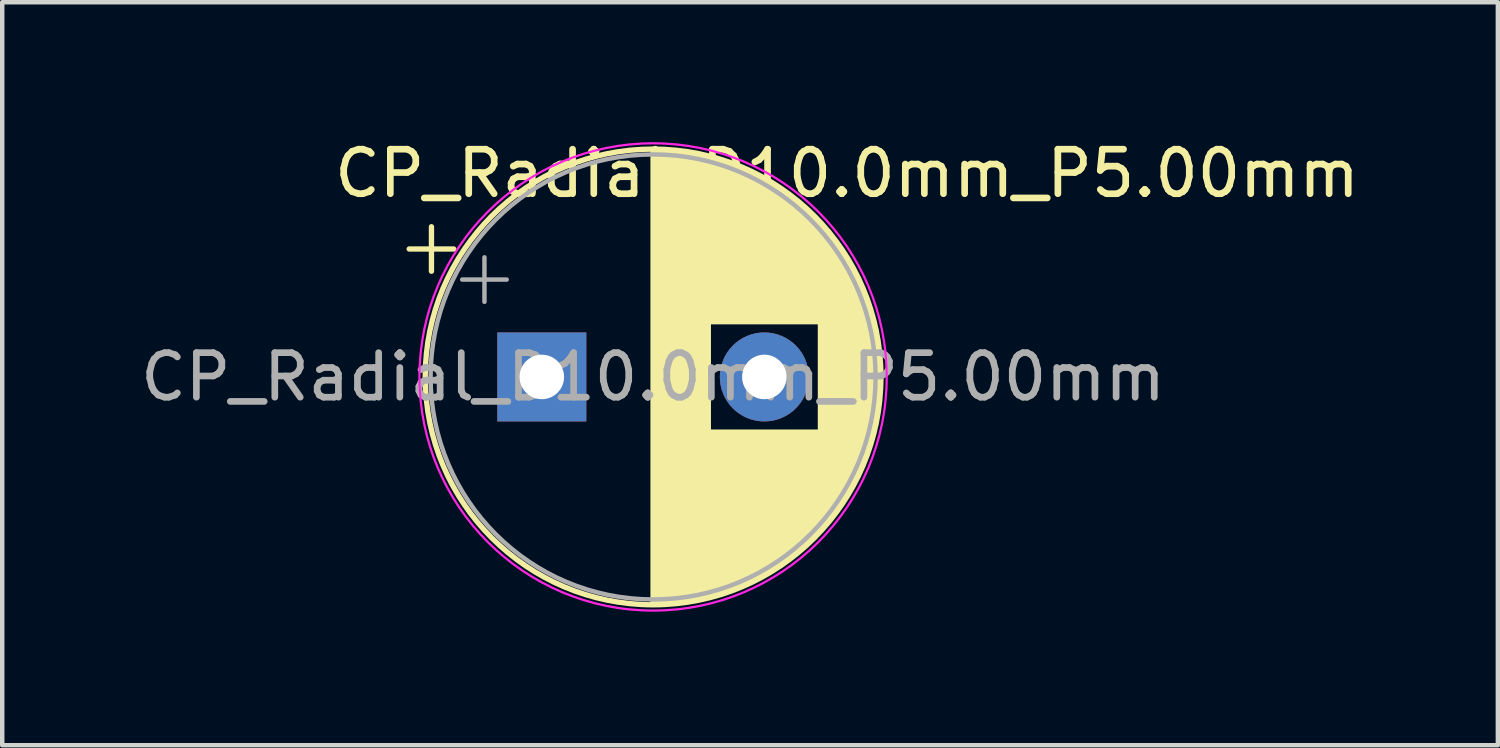
<source format=kicad_pcb>
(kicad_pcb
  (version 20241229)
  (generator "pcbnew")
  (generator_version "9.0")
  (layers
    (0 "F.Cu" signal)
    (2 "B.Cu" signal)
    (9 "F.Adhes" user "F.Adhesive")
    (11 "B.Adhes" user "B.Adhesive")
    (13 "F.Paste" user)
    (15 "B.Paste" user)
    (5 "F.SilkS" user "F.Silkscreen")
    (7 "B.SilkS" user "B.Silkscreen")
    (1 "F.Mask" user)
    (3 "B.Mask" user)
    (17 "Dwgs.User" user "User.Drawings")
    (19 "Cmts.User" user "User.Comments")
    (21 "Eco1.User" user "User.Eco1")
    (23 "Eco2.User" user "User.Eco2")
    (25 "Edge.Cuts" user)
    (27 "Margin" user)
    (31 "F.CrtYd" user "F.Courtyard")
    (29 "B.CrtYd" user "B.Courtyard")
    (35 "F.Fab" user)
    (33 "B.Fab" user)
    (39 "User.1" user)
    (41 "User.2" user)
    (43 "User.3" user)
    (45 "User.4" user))
  (footprint "CP_Radial_D10.0mm_P5.00mm"
    (layer "F.Cu")
    (at 9.125 5.42)
    (property "Reference" "CP_Radial_D10.0mm_P5.00mm" (at 6.858 -4.572 0) (layer "F.SilkS") (effects (font (size 1 1) (thickness 0.15))))
    (attr through_hole)
    (fp_line (start -2.98 -2.875) (end -1.98 -2.875) (stroke (width 0.12) (type solid)) (layer "F.SilkS"))
    (fp_line (start -2.48 -3.375) (end -2.48 -2.375) (stroke (width 0.12) (type solid)) (layer "F.SilkS"))
    (fp_line (start 2.5 -5.08) (end 2.5 5.08) (stroke (width 0.12) (type solid)) (layer "F.SilkS"))
    (fp_line (start 2.54 -5.08) (end 2.54 5.08) (stroke (width 0.12) (type solid)) (layer "F.SilkS"))
    (fp_line (start 2.58 -5.08) (end 2.58 5.08) (stroke (width 0.12) (type solid)) (layer "F.SilkS"))
    (fp_line (start 2.62 -5.079) (end 2.62 5.079) (stroke (width 0.12) (type solid)) (layer "F.SilkS"))
    (fp_line (start 2.66 -5.078) (end 2.66 5.078) (stroke (width 0.12) (type solid)) (layer "F.SilkS"))
    (fp_line (start 2.7 -5.077) (end 2.7 5.077) (stroke (width 0.12) (type solid)) (layer "F.SilkS"))
    (fp_line (start 2.74 -5.075) (end 2.74 5.075) (stroke (width 0.12) (type solid)) (layer "F.SilkS"))
    (fp_line (start 2.78 -5.073) (end 2.78 5.073) (stroke (width 0.12) (type solid)) (layer "F.SilkS"))
    (fp_line (start 2.82 -5.07) (end 2.82 5.07) (stroke (width 0.12) (type solid)) (layer "F.SilkS"))
    (fp_line (start 2.86 -5.068) (end 2.86 5.068) (stroke (width 0.12) (type solid)) (layer "F.SilkS"))
    (fp_line (start 2.9 -5.065) (end 2.9 5.065) (stroke (width 0.12) (type solid)) (layer "F.SilkS"))
    (fp_line (start 2.94 -5.062) (end 2.94 5.062) (stroke (width 0.12) (type solid)) (layer "F.SilkS"))
    (fp_line (start 2.98 -5.058) (end 2.98 5.058) (stroke (width 0.12) (type solid)) (layer "F.SilkS"))
    (fp_line (start 3.02 -5.054) (end 3.02 5.054) (stroke (width 0.12) (type solid)) (layer "F.SilkS"))
    (fp_line (start 3.06 -5.05) (end 3.06 5.05) (stroke (width 0.12) (type solid)) (layer "F.SilkS"))
    (fp_line (start 3.1 -5.045) (end 3.1 5.045) (stroke (width 0.12) (type solid)) (layer "F.SilkS"))
    (fp_line (start 3.14 -5.04) (end 3.14 5.04) (stroke (width 0.12) (type solid)) (layer "F.SilkS"))
    (fp_line (start 3.18 -5.035) (end 3.18 5.035) (stroke (width 0.12) (type solid)) (layer "F.SilkS"))
    (fp_line (start 3.221 -5.03) (end 3.221 5.03) (stroke (width 0.12) (type solid)) (layer "F.SilkS"))
    (fp_line (start 3.261 -5.024) (end 3.261 5.024) (stroke (width 0.12) (type solid)) (layer "F.SilkS"))
    (fp_line (start 3.301 -5.018) (end 3.301 5.018) (stroke (width 0.12) (type solid)) (layer "F.SilkS"))
    (fp_line (start 3.341 -5.011) (end 3.341 5.011) (stroke (width 0.12) (type solid)) (layer "F.SilkS"))
    (fp_line (start 3.381 -5.004) (end 3.381 5.004) (stroke (width 0.12) (type solid)) (layer "F.SilkS"))
    (fp_line (start 3.421 -4.997) (end 3.421 4.997) (stroke (width 0.12) (type solid)) (layer "F.SilkS"))
    (fp_line (start 3.461 -4.99) (end 3.461 4.99) (stroke (width 0.12) (type solid)) (layer "F.SilkS"))
    (fp_line (start 3.501 -4.982) (end 3.501 4.982) (stroke (width 0.12) (type solid)) (layer "F.SilkS"))
    (fp_line (start 3.541 -4.974) (end 3.541 4.974) (stroke (width 0.12) (type solid)) (layer "F.SilkS"))
    (fp_line (start 3.581 -4.965) (end 3.581 4.965) (stroke (width 0.12) (type solid)) (layer "F.SilkS"))
    (fp_line (start 3.621 -4.956) (end 3.621 4.956) (stroke (width 0.12) (type solid)) (layer "F.SilkS"))
    (fp_line (start 3.661 -4.947) (end 3.661 4.947) (stroke (width 0.12) (type solid)) (layer "F.SilkS"))
    (fp_line (start 3.701 -4.938) (end 3.701 4.938) (stroke (width 0.12) (type solid)) (layer "F.SilkS"))
    (fp_line (start 3.741 -4.928) (end 3.741 4.928) (stroke (width 0.12) (type solid)) (layer "F.SilkS"))
    (fp_line (start 3.781 -4.918) (end 3.781 -1.241) (stroke (width 0.12) (type solid)) (layer "F.SilkS"))
    (fp_line (start 3.781 1.241) (end 3.781 4.918) (stroke (width 0.12) (type solid)) (layer "F.SilkS"))
    (fp_line (start 3.821 -4.907) (end 3.821 -1.241) (stroke (width 0.12) (type solid)) (layer "F.SilkS"))
    (fp_line (start 3.821 1.241) (end 3.821 4.907) (stroke (width 0.12) (type solid)) (layer "F.SilkS"))
    (fp_line (start 3.861 -4.897) (end 3.861 -1.241) (stroke (width 0.12) (type solid)) (layer "F.SilkS"))
    (fp_line (start 3.861 1.241) (end 3.861 4.897) (stroke (width 0.12) (type solid)) (layer "F.SilkS"))
    (fp_line (start 3.901 -4.885) (end 3.901 -1.241) (stroke (width 0.12) (type solid)) (layer "F.SilkS"))
    (fp_line (start 3.901 1.241) (end 3.901 4.885) (stroke (width 0.12) (type solid)) (layer "F.SilkS"))
    (fp_line (start 3.941 -4.874) (end 3.941 -1.241) (stroke (width 0.12) (type solid)) (layer "F.SilkS"))
    (fp_line (start 3.941 1.241) (end 3.941 4.874) (stroke (width 0.12) (type solid)) (layer "F.SilkS"))
    (fp_line (start 3.981 -4.862) (end 3.981 -1.241) (stroke (width 0.12) (type solid)) (layer "F.SilkS"))
    (fp_line (start 3.981 1.241) (end 3.981 4.862) (stroke (width 0.12) (type solid)) (layer "F.SilkS"))
    (fp_line (start 4.021 -4.85) (end 4.021 -1.241) (stroke (width 0.12) (type solid)) (layer "F.SilkS"))
    (fp_line (start 4.021 1.241) (end 4.021 4.85) (stroke (width 0.12) (type solid)) (layer "F.SilkS"))
    (fp_line (start 4.061 -4.837) (end 4.061 -1.241) (stroke (width 0.12) (type solid)) (layer "F.SilkS"))
    (fp_line (start 4.061 1.241) (end 4.061 4.837) (stroke (width 0.12) (type solid)) (layer "F.SilkS"))
    (fp_line (start 4.101 -4.824) (end 4.101 -1.241) (stroke (width 0.12) (type solid)) (layer "F.SilkS"))
    (fp_line (start 4.101 1.241) (end 4.101 4.824) (stroke (width 0.12) (type solid)) (layer "F.SilkS"))
    (fp_line (start 4.141 -4.811) (end 4.141 -1.241) (stroke (width 0.12) (type solid)) (layer "F.SilkS"))
    (fp_line (start 4.141 1.241) (end 4.141 4.811) (stroke (width 0.12) (type solid)) (layer "F.SilkS"))
    (fp_line (start 4.181 -4.797) (end 4.181 -1.241) (stroke (width 0.12) (type solid)) (layer "F.SilkS"))
    (fp_line (start 4.181 1.241) (end 4.181 4.797) (stroke (width 0.12) (type solid)) (layer "F.SilkS"))
    (fp_line (start 4.221 -4.783) (end 4.221 -1.241) (stroke (width 0.12) (type solid)) (layer "F.SilkS"))
    (fp_line (start 4.221 1.241) (end 4.221 4.783) (stroke (width 0.12) (type solid)) (layer "F.SilkS"))
    (fp_line (start 4.261 -4.768) (end 4.261 -1.241) (stroke (width 0.12) (type solid)) (layer "F.SilkS"))
    (fp_line (start 4.261 1.241) (end 4.261 4.768) (stroke (width 0.12) (type solid)) (layer "F.SilkS"))
    (fp_line (start 4.301 -4.754) (end 4.301 -1.241) (stroke (width 0.12) (type solid)) (layer "F.SilkS"))
    (fp_line (start 4.301 1.241) (end 4.301 4.754) (stroke (width 0.12) (type solid)) (layer "F.SilkS"))
    (fp_line (start 4.341 -4.738) (end 4.341 -1.241) (stroke (width 0.12) (type solid)) (layer "F.SilkS"))
    (fp_line (start 4.341 1.241) (end 4.341 4.738) (stroke (width 0.12) (type solid)) (layer "F.SilkS"))
    (fp_line (start 4.381 -4.723) (end 4.381 -1.241) (stroke (width 0.12) (type solid)) (layer "F.SilkS"))
    (fp_line (start 4.381 1.241) (end 4.381 4.723) (stroke (width 0.12) (type solid)) (layer "F.SilkS"))
    (fp_line (start 4.421 -4.707) (end 4.421 -1.241) (stroke (width 0.12) (type solid)) (layer "F.SilkS"))
    (fp_line (start 4.421 1.241) (end 4.421 4.707) (stroke (width 0.12) (type solid)) (layer "F.SilkS"))
    (fp_line (start 4.461 -4.69) (end 4.461 -1.241) (stroke (width 0.12) (type solid)) (layer "F.SilkS"))
    (fp_line (start 4.461 1.241) (end 4.461 4.69) (stroke (width 0.12) (type solid)) (layer "F.SilkS"))
    (fp_line (start 4.501 -4.674) (end 4.501 -1.241) (stroke (width 0.12) (type solid)) (layer "F.SilkS"))
    (fp_line (start 4.501 1.241) (end 4.501 4.674) (stroke (width 0.12) (type solid)) (layer "F.SilkS"))
    (fp_line (start 4.541 -4.657) (end 4.541 -1.241) (stroke (width 0.12) (type solid)) (layer "F.SilkS"))
    (fp_line (start 4.541 1.241) (end 4.541 4.657) (stroke (width 0.12) (type solid)) (layer "F.SilkS"))
    (fp_line (start 4.581 -4.639) (end 4.581 -1.241) (stroke (width 0.12) (type solid)) (layer "F.SilkS"))
    (fp_line (start 4.581 1.241) (end 4.581 4.639) (stroke (width 0.12) (type solid)) (layer "F.SilkS"))
    (fp_line (start 4.621 -4.621) (end 4.621 -1.241) (stroke (width 0.12) (type solid)) (layer "F.SilkS"))
    (fp_line (start 4.621 1.241) (end 4.621 4.621) (stroke (width 0.12) (type solid)) (layer "F.SilkS"))
    (fp_line (start 4.661 -4.603) (end 4.661 -1.241) (stroke (width 0.12) (type solid)) (layer "F.SilkS"))
    (fp_line (start 4.661 1.241) (end 4.661 4.603) (stroke (width 0.12) (type solid)) (layer "F.SilkS"))
    (fp_line (start 4.701 -4.584) (end 4.701 -1.241) (stroke (width 0.12) (type solid)) (layer "F.SilkS"))
    (fp_line (start 4.701 1.241) (end 4.701 4.584) (stroke (width 0.12) (type solid)) (layer "F.SilkS"))
    (fp_line (start 4.741 -4.564) (end 4.741 -1.241) (stroke (width 0.12) (type solid)) (layer "F.SilkS"))
    (fp_line (start 4.741 1.241) (end 4.741 4.564) (stroke (width 0.12) (type solid)) (layer "F.SilkS"))
    (fp_line (start 4.781 -4.545) (end 4.781 -1.241) (stroke (width 0.12) (type solid)) (layer "F.SilkS"))
    (fp_line (start 4.781 1.241) (end 4.781 4.545) (stroke (width 0.12) (type solid)) (layer "F.SilkS"))
    (fp_line (start 4.821 -4.525) (end 4.821 -1.241) (stroke (width 0.12) (type solid)) (layer "F.SilkS"))
    (fp_line (start 4.821 1.241) (end 4.821 4.525) (stroke (width 0.12) (type solid)) (layer "F.SilkS"))
    (fp_line (start 4.861 -4.504) (end 4.861 -1.241) (stroke (width 0.12) (type solid)) (layer "F.SilkS"))
    (fp_line (start 4.861 1.241) (end 4.861 4.504) (stroke (width 0.12) (type solid)) (layer "F.SilkS"))
    (fp_line (start 4.901 -4.483) (end 4.901 -1.241) (stroke (width 0.12) (type solid)) (layer "F.SilkS"))
    (fp_line (start 4.901 1.241) (end 4.901 4.483) (stroke (width 0.12) (type solid)) (layer "F.SilkS"))
    (fp_line (start 4.941 -4.462) (end 4.941 -1.241) (stroke (width 0.12) (type solid)) (layer "F.SilkS"))
    (fp_line (start 4.941 1.241) (end 4.941 4.462) (stroke (width 0.12) (type solid)) (layer "F.SilkS"))
    (fp_line (start 4.981 -4.44) (end 4.981 -1.241) (stroke (width 0.12) (type solid)) (layer "F.SilkS"))
    (fp_line (start 4.981 1.241) (end 4.981 4.44) (stroke (width 0.12) (type solid)) (layer "F.SilkS"))
    (fp_line (start 5.021 -4.417) (end 5.021 -1.241) (stroke (width 0.12) (type solid)) (layer "F.SilkS"))
    (fp_line (start 5.021 1.241) (end 5.021 4.417) (stroke (width 0.12) (type solid)) (layer "F.SilkS"))
    (fp_line (start 5.061 -4.395) (end 5.061 -1.241) (stroke (width 0.12) (type solid)) (layer "F.SilkS"))
    (fp_line (start 5.061 1.241) (end 5.061 4.395) (stroke (width 0.12) (type solid)) (layer "F.SilkS"))
    (fp_line (start 5.101 -4.371) (end 5.101 -1.241) (stroke (width 0.12) (type solid)) (layer "F.SilkS"))
    (fp_line (start 5.101 1.241) (end 5.101 4.371) (stroke (width 0.12) (type solid)) (layer "F.SilkS"))
    (fp_line (start 5.141 -4.347) (end 5.141 -1.241) (stroke (width 0.12) (type solid)) (layer "F.SilkS"))
    (fp_line (start 5.141 1.241) (end 5.141 4.347) (stroke (width 0.12) (type solid)) (layer "F.SilkS"))
    (fp_line (start 5.181 -4.323) (end 5.181 -1.241) (stroke (width 0.12) (type solid)) (layer "F.SilkS"))
    (fp_line (start 5.181 1.241) (end 5.181 4.323) (stroke (width 0.12) (type solid)) (layer "F.SilkS"))
    (fp_line (start 5.221 -4.298) (end 5.221 -1.241) (stroke (width 0.12) (type solid)) (layer "F.SilkS"))
    (fp_line (start 5.221 1.241) (end 5.221 4.298) (stroke (width 0.12) (type solid)) (layer "F.SilkS"))
    (fp_line (start 5.261 -4.273) (end 5.261 -1.241) (stroke (width 0.12) (type solid)) (layer "F.SilkS"))
    (fp_line (start 5.261 1.241) (end 5.261 4.273) (stroke (width 0.12) (type solid)) (layer "F.SilkS"))
    (fp_line (start 5.301 -4.247) (end 5.301 -1.241) (stroke (width 0.12) (type solid)) (layer "F.SilkS"))
    (fp_line (start 5.301 1.241) (end 5.301 4.247) (stroke (width 0.12) (type solid)) (layer "F.SilkS"))
    (fp_line (start 5.341 -4.221) (end 5.341 -1.241) (stroke (width 0.12) (type solid)) (layer "F.SilkS"))
    (fp_line (start 5.341 1.241) (end 5.341 4.221) (stroke (width 0.12) (type solid)) (layer "F.SilkS"))
    (fp_line (start 5.381 -4.194) (end 5.381 -1.241) (stroke (width 0.12) (type solid)) (layer "F.SilkS"))
    (fp_line (start 5.381 1.241) (end 5.381 4.194) (stroke (width 0.12) (type solid)) (layer "F.SilkS"))
    (fp_line (start 5.421 -4.166) (end 5.421 -1.241) (stroke (width 0.12) (type solid)) (layer "F.SilkS"))
    (fp_line (start 5.421 1.241) (end 5.421 4.166) (stroke (width 0.12) (type solid)) (layer "F.SilkS"))
    (fp_line (start 5.461 -4.138) (end 5.461 -1.241) (stroke (width 0.12) (type solid)) (layer "F.SilkS"))
    (fp_line (start 5.461 1.241) (end 5.461 4.138) (stroke (width 0.12) (type solid)) (layer "F.SilkS"))
    (fp_line (start 5.501 -4.11) (end 5.501 -1.241) (stroke (width 0.12) (type solid)) (layer "F.SilkS"))
    (fp_line (start 5.501 1.241) (end 5.501 4.11) (stroke (width 0.12) (type solid)) (layer "F.SilkS"))
    (fp_line (start 5.541 -4.08) (end 5.541 -1.241) (stroke (width 0.12) (type solid)) (layer "F.SilkS"))
    (fp_line (start 5.541 1.241) (end 5.541 4.08) (stroke (width 0.12) (type solid)) (layer "F.SilkS"))
    (fp_line (start 5.581 -4.05) (end 5.581 -1.241) (stroke (width 0.12) (type solid)) (layer "F.SilkS"))
    (fp_line (start 5.581 1.241) (end 5.581 4.05) (stroke (width 0.12) (type solid)) (layer "F.SilkS"))
    (fp_line (start 5.621 -4.02) (end 5.621 -1.241) (stroke (width 0.12) (type solid)) (layer "F.SilkS"))
    (fp_line (start 5.621 1.241) (end 5.621 4.02) (stroke (width 0.12) (type solid)) (layer "F.SilkS"))
    (fp_line (start 5.661 -3.989) (end 5.661 -1.241) (stroke (width 0.12) (type solid)) (layer "F.SilkS"))
    (fp_line (start 5.661 1.241) (end 5.661 3.989) (stroke (width 0.12) (type solid)) (layer "F.SilkS"))
    (fp_line (start 5.701 -3.957) (end 5.701 -1.241) (stroke (width 0.12) (type solid)) (layer "F.SilkS"))
    (fp_line (start 5.701 1.241) (end 5.701 3.957) (stroke (width 0.12) (type solid)) (layer "F.SilkS"))
    (fp_line (start 5.741 -3.925) (end 5.741 -1.241) (stroke (width 0.12) (type solid)) (layer "F.SilkS"))
    (fp_line (start 5.741 1.241) (end 5.741 3.925) (stroke (width 0.12) (type solid)) (layer "F.SilkS"))
    (fp_line (start 5.781 -3.892) (end 5.781 -1.241) (stroke (width 0.12) (type solid)) (layer "F.SilkS"))
    (fp_line (start 5.781 1.241) (end 5.781 3.892) (stroke (width 0.12) (type solid)) (layer "F.SilkS"))
    (fp_line (start 5.821 -3.858) (end 5.821 -1.241) (stroke (width 0.12) (type solid)) (layer "F.SilkS"))
    (fp_line (start 5.821 1.241) (end 5.821 3.858) (stroke (width 0.12) (type solid)) (layer "F.SilkS"))
    (fp_line (start 5.861 -3.824) (end 5.861 -1.241) (stroke (width 0.12) (type solid)) (layer "F.SilkS"))
    (fp_line (start 5.861 1.241) (end 5.861 3.824) (stroke (width 0.12) (type solid)) (layer "F.SilkS"))
    (fp_line (start 5.901 -3.789) (end 5.901 -1.241) (stroke (width 0.12) (type solid)) (layer "F.SilkS"))
    (fp_line (start 5.901 1.241) (end 5.901 3.789) (stroke (width 0.12) (type solid)) (layer "F.SilkS"))
    (fp_line (start 5.941 -3.753) (end 5.941 -1.241) (stroke (width 0.12) (type solid)) (layer "F.SilkS"))
    (fp_line (start 5.941 1.241) (end 5.941 3.753) (stroke (width 0.12) (type solid)) (layer "F.SilkS"))
    (fp_line (start 5.981 -3.716) (end 5.981 -1.241) (stroke (width 0.12) (type solid)) (layer "F.SilkS"))
    (fp_line (start 5.981 1.241) (end 5.981 3.716) (stroke (width 0.12) (type solid)) (layer "F.SilkS"))
    (fp_line (start 6.021 -3.679) (end 6.021 -1.241) (stroke (width 0.12) (type solid)) (layer "F.SilkS"))
    (fp_line (start 6.021 1.241) (end 6.021 3.679) (stroke (width 0.12) (type solid)) (layer "F.SilkS"))
    (fp_line (start 6.061 -3.64) (end 6.061 -1.241) (stroke (width 0.12) (type solid)) (layer "F.SilkS"))
    (fp_line (start 6.061 1.241) (end 6.061 3.64) (stroke (width 0.12) (type solid)) (layer "F.SilkS"))
    (fp_line (start 6.101 -3.601) (end 6.101 -1.241) (stroke (width 0.12) (type solid)) (layer "F.SilkS"))
    (fp_line (start 6.101 1.241) (end 6.101 3.601) (stroke (width 0.12) (type solid)) (layer "F.SilkS"))
    (fp_line (start 6.141 -3.561) (end 6.141 -1.241) (stroke (width 0.12) (type solid)) (layer "F.SilkS"))
    (fp_line (start 6.141 1.241) (end 6.141 3.561) (stroke (width 0.12) (type solid)) (layer "F.SilkS"))
    (fp_line (start 6.181 -3.52) (end 6.181 -1.241) (stroke (width 0.12) (type solid)) (layer "F.SilkS"))
    (fp_line (start 6.181 1.241) (end 6.181 3.52) (stroke (width 0.12) (type solid)) (layer "F.SilkS"))
    (fp_line (start 6.221 -3.478) (end 6.221 -1.241) (stroke (width 0.12) (type solid)) (layer "F.SilkS"))
    (fp_line (start 6.221 1.241) (end 6.221 3.478) (stroke (width 0.12) (type solid)) (layer "F.SilkS"))
    (fp_line (start 6.261 -3.436) (end 6.261 3.436) (stroke (width 0.12) (type solid)) (layer "F.SilkS"))
    (fp_line (start 6.301 -3.392) (end 6.301 3.392) (stroke (width 0.12) (type solid)) (layer "F.SilkS"))
    (fp_line (start 6.341 -3.347) (end 6.341 3.347) (stroke (width 0.12) (type solid)) (layer "F.SilkS"))
    (fp_line (start 6.381 -3.301) (end 6.381 3.301) (stroke (width 0.12) (type solid)) (layer "F.SilkS"))
    (fp_line (start 6.421 -3.254) (end 6.421 3.254) (stroke (width 0.12) (type solid)) (layer "F.SilkS"))
    (fp_line (start 6.461 -3.206) (end 6.461 3.206) (stroke (width 0.12) (type solid)) (layer "F.SilkS"))
    (fp_line (start 6.501 -3.156) (end 6.501 3.156) (stroke (width 0.12) (type solid)) (layer "F.SilkS"))
    (fp_line (start 6.541 -3.106) (end 6.541 3.106) (stroke (width 0.12) (type solid)) (layer "F.SilkS"))
    (fp_line (start 6.581 -3.054) (end 6.581 3.054) (stroke (width 0.12) (type solid)) (layer "F.SilkS"))
    (fp_line (start 6.621 -3) (end 6.621 3) (stroke (width 0.12) (type solid)) (layer "F.SilkS"))
    (fp_line (start 6.661 -2.945) (end 6.661 2.945) (stroke (width 0.12) (type solid)) (layer "F.SilkS"))
    (fp_line (start 6.701 -2.889) (end 6.701 2.889) (stroke (width 0.12) (type solid)) (layer "F.SilkS"))
    (fp_line (start 6.741 -2.83) (end 6.741 2.83) (stroke (width 0.12) (type solid)) (layer "F.SilkS"))
    (fp_line (start 6.781 -2.77) (end 6.781 2.77) (stroke (width 0.12) (type solid)) (layer "F.SilkS"))
    (fp_line (start 6.821 -2.709) (end 6.821 2.709) (stroke (width 0.12) (type solid)) (layer "F.SilkS"))
    (fp_line (start 6.861 -2.645) (end 6.861 2.645) (stroke (width 0.12) (type solid)) (layer "F.SilkS"))
    (fp_line (start 6.901 -2.579) (end 6.901 2.579) (stroke (width 0.12) (type solid)) (layer "F.SilkS"))
    (fp_line (start 6.941 -2.51) (end 6.941 2.51) (stroke (width 0.12) (type solid)) (layer "F.SilkS"))
    (fp_line (start 6.981 -2.439) (end 6.981 2.439) (stroke (width 0.12) (type solid)) (layer "F.SilkS"))
    (fp_line (start 7.021 -2.365) (end 7.021 2.365) (stroke (width 0.12) (type solid)) (layer "F.SilkS"))
    (fp_line (start 7.061 -2.289) (end 7.061 2.289) (stroke (width 0.12) (type solid)) (layer "F.SilkS"))
    (fp_line (start 7.101 -2.209) (end 7.101 2.209) (stroke (width 0.12) (type solid)) (layer "F.SilkS"))
    (fp_line (start 7.141 -2.125) (end 7.141 2.125) (stroke (width 0.12) (type solid)) (layer "F.SilkS"))
    (fp_line (start 7.181 -2.037) (end 7.181 2.037) (stroke (width 0.12) (type solid)) (layer "F.SilkS"))
    (fp_line (start 7.221 -1.944) (end 7.221 1.944) (stroke (width 0.12) (type solid)) (layer "F.SilkS"))
    (fp_line (start 7.261 -1.846) (end 7.261 1.846) (stroke (width 0.12) (type solid)) (layer "F.SilkS"))
    (fp_line (start 7.301 -1.742) (end 7.301 1.742) (stroke (width 0.12) (type solid)) (layer "F.SilkS"))
    (fp_line (start 7.341 -1.63) (end 7.341 1.63) (stroke (width 0.12) (type solid)) (layer "F.SilkS"))
    (fp_line (start 7.381 -1.51) (end 7.381 1.51) (stroke (width 0.12) (type solid)) (layer "F.SilkS"))
    (fp_line (start 7.421 -1.378) (end 7.421 1.378) (stroke (width 0.12) (type solid)) (layer "F.SilkS"))
    (fp_line (start 7.461 -1.23) (end 7.461 1.23) (stroke (width 0.12) (type solid)) (layer "F.SilkS"))
    (fp_line (start 7.501 -1.062) (end 7.501 1.062) (stroke (width 0.12) (type solid)) (layer "F.SilkS"))
    (fp_line (start 7.541 -0.862) (end 7.541 0.862) (stroke (width 0.12) (type solid)) (layer "F.SilkS"))
    (fp_line (start 7.581 -0.599) (end 7.581 0.599) (stroke (width 0.12) (type solid)) (layer "F.SilkS"))
    (fp_circle (center 2.5 0) (end 7.62 0) (stroke (width 0.12) (type solid)) (fill no) (layer "F.SilkS"))
    (fp_circle (center 2.5 0) (end 7.75 0) (stroke (width 0.05) (type solid)) (fill no) (layer "F.CrtYd"))
    (fp_line (start -1.789 -2.188) (end -0.789 -2.188) (stroke (width 0.1) (type solid)) (layer "F.Fab"))
    (fp_line (start -1.289 -2.688) (end -1.289 -1.688) (stroke (width 0.1) (type solid)) (layer "F.Fab"))
    (fp_circle (center 2.5 0) (end 7.5 0) (stroke (width 0.1) (type solid)) (fill no) (layer "F.Fab"))
    (fp_text user "${REFERENCE}" (at 2.5 0 0) (layer "F.Fab") (effects (font (size 1 1) (thickness 0.15))))
    (pad "1" thru_hole rect (at 0 0) (size 2 2) (drill 1) (layers "*.Cu" "*.Mask"))
    (pad "2" thru_hole circle (at 5 0) (size 2 2) (drill 1) (layers "*.Cu" "*.Mask")))
  (gr_rect
    (start -3 -3)
    (end 30.608 13.695)
    (stroke (width 0.1) (type default))
    (fill no)
    (layer "Edge.Cuts")))
</source>
